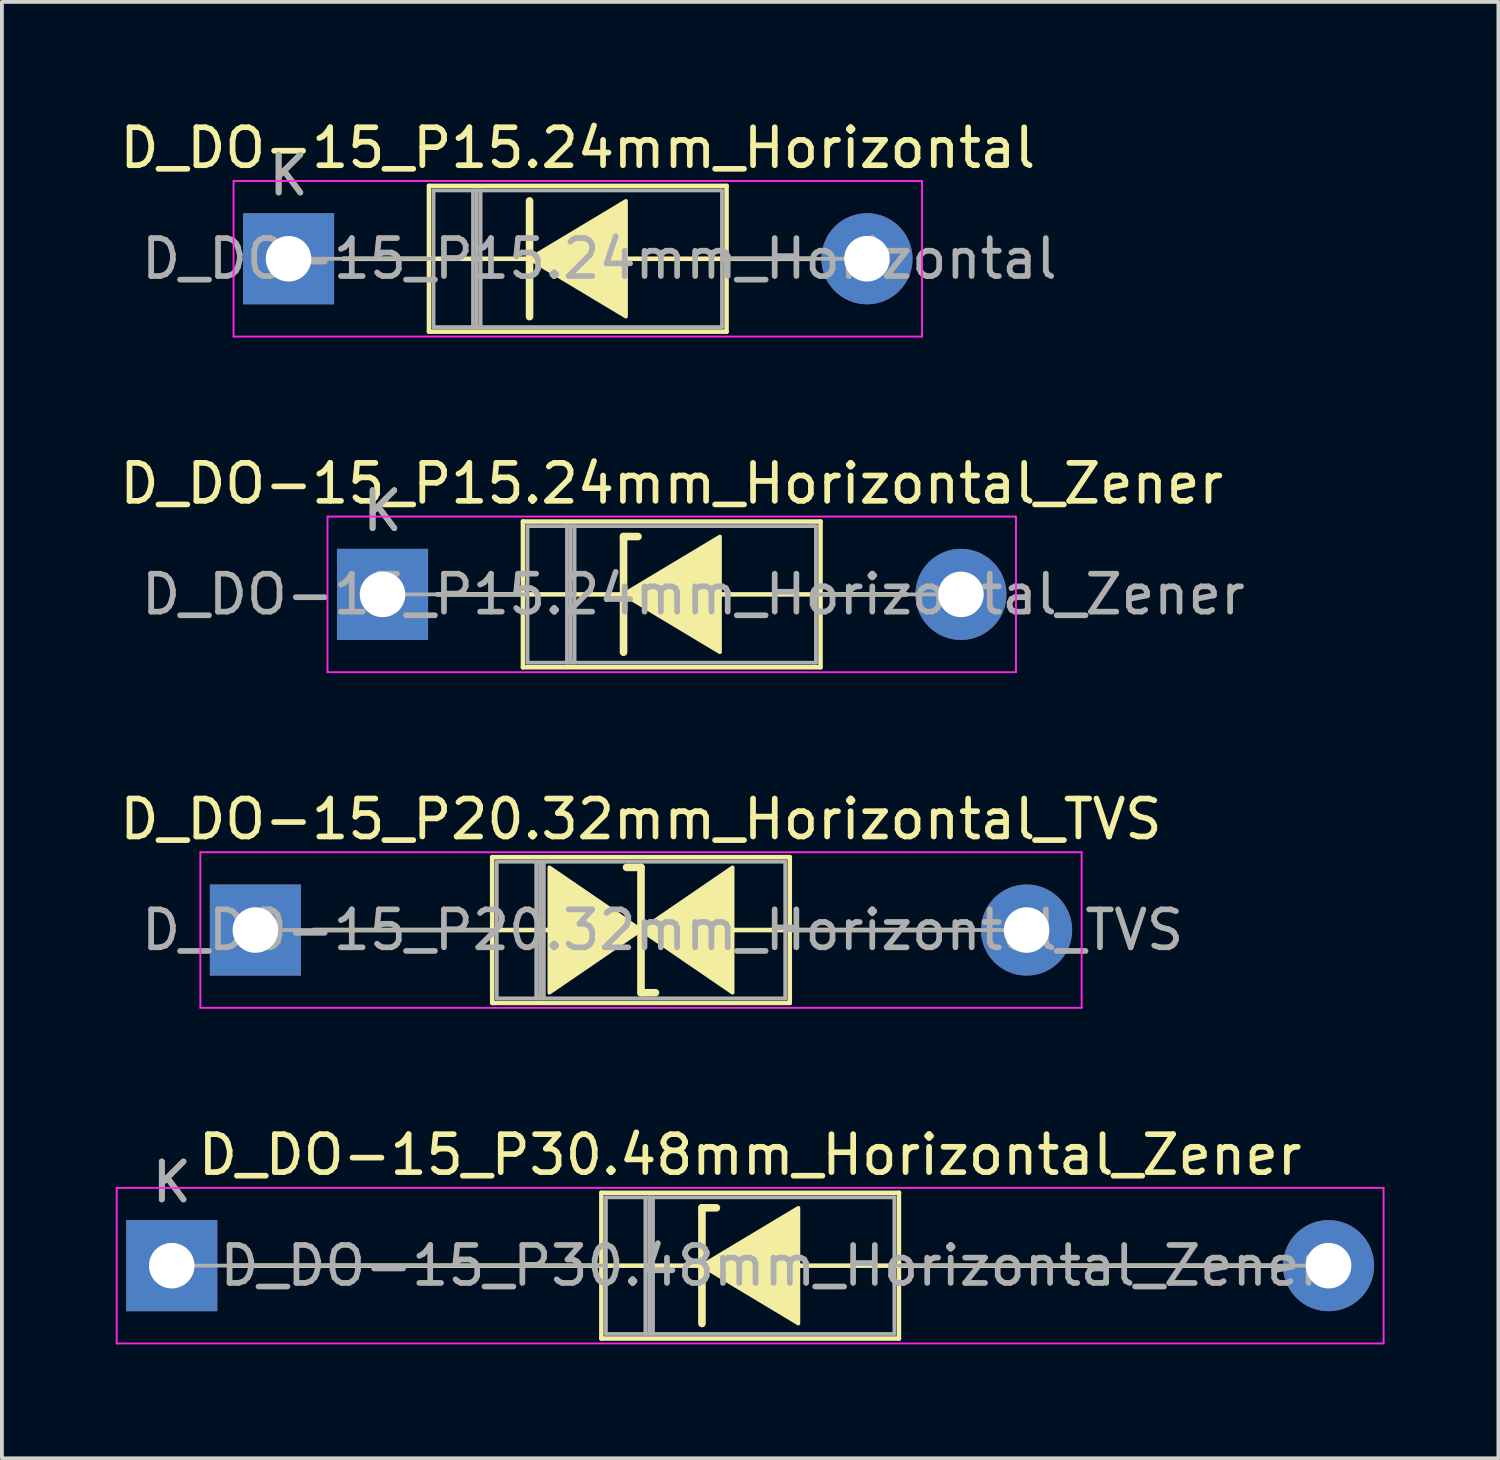
<source format=kicad_pcb>
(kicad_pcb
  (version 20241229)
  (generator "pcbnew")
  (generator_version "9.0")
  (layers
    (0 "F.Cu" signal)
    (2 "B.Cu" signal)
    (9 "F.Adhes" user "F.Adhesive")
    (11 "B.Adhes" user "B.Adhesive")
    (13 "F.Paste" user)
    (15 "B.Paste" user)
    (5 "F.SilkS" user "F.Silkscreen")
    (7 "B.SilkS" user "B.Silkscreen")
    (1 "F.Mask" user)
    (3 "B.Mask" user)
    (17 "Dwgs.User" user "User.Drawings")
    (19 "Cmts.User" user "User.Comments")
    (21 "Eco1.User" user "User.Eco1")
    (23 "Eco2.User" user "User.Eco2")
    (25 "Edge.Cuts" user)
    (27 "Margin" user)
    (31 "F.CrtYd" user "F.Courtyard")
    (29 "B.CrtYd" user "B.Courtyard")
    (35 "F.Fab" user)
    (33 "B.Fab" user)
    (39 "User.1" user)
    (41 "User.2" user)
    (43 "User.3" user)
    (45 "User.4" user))
  (footprint "D_DO-15_P15.24mm_Horizontal_Zener"
    (layer "F.Cu")
    (at 7.029 12.611)
    (property "Reference" "D_DO-15_P15.24mm_Horizontal_Zener" (at 7.62 -2.92 0) (layer "F.SilkS") (effects (font (size 1 1) (thickness 0.15))))
    (attr through_hole)
    (fp_line (start 1.44 0) (end 3.7 0) (stroke (width 0.12) (type solid)) (layer "F.SilkS"))
    (fp_line (start 3.7 -1.92) (end 3.7 1.92) (stroke (width 0.12) (type solid)) (layer "F.SilkS"))
    (fp_line (start 3.7 1.92) (end 11.54 1.92) (stroke (width 0.12) (type solid)) (layer "F.SilkS"))
    (fp_line (start 6.35 -1.524) (end 6.35 1.524) (stroke (width 0.2) (type solid)) (layer "F.SilkS"))
    (fp_line (start 6.35 -1.524) (end 6.731 -1.524) (stroke (width 0.2) (type solid)) (layer "F.SilkS"))
    (fp_line (start 6.35 0) (end 3.683 0) (stroke (width 0.12) (type solid)) (layer "F.SilkS"))
    (fp_line (start 11.54 -1.92) (end 3.7 -1.92) (stroke (width 0.12) (type solid)) (layer "F.SilkS"))
    (fp_line (start 11.54 0) (end 8.89 0) (stroke (width 0.12) (type solid)) (layer "F.SilkS"))
    (fp_line (start 11.54 1.92) (end 11.54 -1.92) (stroke (width 0.12) (type solid)) (layer "F.SilkS"))
    (fp_line (start 13.8 0) (end 11.54 0) (stroke (width 0.12) (type solid)) (layer "F.SilkS"))
    (fp_poly (pts (xy 8.89 1.524) (xy 6.35 0) (xy 8.89 -1.524)) (stroke (width 0.1) (type solid)) (fill yes) (layer "F.SilkS"))
    (fp_line (start -1.45 -2.05) (end -1.45 2.05) (stroke (width 0.05) (type solid)) (layer "F.CrtYd"))
    (fp_line (start -1.45 2.05) (end 16.69 2.05) (stroke (width 0.05) (type solid)) (layer "F.CrtYd"))
    (fp_line (start 16.69 -2.05) (end -1.45 -2.05) (stroke (width 0.05) (type solid)) (layer "F.CrtYd"))
    (fp_line (start 16.69 2.05) (end 16.69 -2.05) (stroke (width 0.05) (type solid)) (layer "F.CrtYd"))
    (fp_line (start 0 0) (end 3.82 0) (stroke (width 0.1) (type solid)) (layer "F.Fab"))
    (fp_line (start 3.82 -1.8) (end 3.82 1.8) (stroke (width 0.1) (type solid)) (layer "F.Fab"))
    (fp_line (start 3.82 1.8) (end 11.42 1.8) (stroke (width 0.1) (type solid)) (layer "F.Fab"))
    (fp_line (start 4.86 -1.8) (end 4.86 1.8) (stroke (width 0.1) (type solid)) (layer "F.Fab"))
    (fp_line (start 4.96 -1.8) (end 4.96 1.8) (stroke (width 0.1) (type solid)) (layer "F.Fab"))
    (fp_line (start 5.06 -1.8) (end 5.06 1.8) (stroke (width 0.1) (type solid)) (layer "F.Fab"))
    (fp_line (start 11.42 -1.8) (end 3.82 -1.8) (stroke (width 0.1) (type solid)) (layer "F.Fab"))
    (fp_line (start 11.42 1.8) (end 11.42 -1.8) (stroke (width 0.1) (type solid)) (layer "F.Fab"))
    (fp_line (start 15.24 0) (end 11.42 0) (stroke (width 0.1) (type solid)) (layer "F.Fab"))
    (fp_text user "K" (at 0 -2.2 0) (layer "F.SilkS") (effects (font (size 1 1) (thickness 0.15))))
    (fp_text user "K" (at 0 -2.2 0) (layer "F.Fab") (effects (font (size 1 1) (thickness 0.15))))
    (fp_text user "${REFERENCE}" (at 8.19 0 0) (layer "F.Fab") (effects (font (size 1 1) (thickness 0.15))))
    (pad "1" thru_hole rect (at 0 0) (size 2.4 2.4) (drill 1.2) (layers "*.Cu" "*.Mask"))
    (pad "2" thru_hole oval (at 15.24 0) (size 2.4 2.4) (drill 1.2) (layers "*.Cu" "*.Mask")))
  (footprint "D_DO-15_P20.32mm_Horizontal_TVS"
    (layer "F.Cu")
    (at 3.679 21.455)
    (property "Reference" "D_DO-15_P20.32mm_Horizontal_TVS" (at 10.16 -2.92 0) (layer "F.SilkS") (effects (font (size 1 1) (thickness 0.15))))
    (attr through_hole)
    (fp_line (start 1.524 0) (end 6.24 0) (stroke (width 0.12) (type solid)) (layer "F.SilkS"))
    (fp_line (start 6.24 -1.92) (end 6.24 1.92) (stroke (width 0.12) (type solid)) (layer "F.SilkS"))
    (fp_line (start 6.24 0) (end 7.747 0) (stroke (width 0.12) (type solid)) (layer "F.SilkS"))
    (fp_line (start 6.24 1.92) (end 14.08 1.92) (stroke (width 0.12) (type solid)) (layer "F.SilkS"))
    (fp_line (start 10.16 -1.651) (end 9.779 -1.651) (stroke (width 0.2) (type solid)) (layer "F.SilkS"))
    (fp_line (start 10.16 1.651) (end 10.16 -1.651) (stroke (width 0.2) (type solid)) (layer "F.SilkS"))
    (fp_line (start 10.541 1.651) (end 10.16 1.651) (stroke (width 0.2) (type solid)) (layer "F.SilkS"))
    (fp_line (start 14.08 -1.92) (end 6.24 -1.92) (stroke (width 0.12) (type solid)) (layer "F.SilkS"))
    (fp_line (start 14.08 1.92) (end 14.08 -1.92) (stroke (width 0.12) (type solid)) (layer "F.SilkS"))
    (fp_line (start 14.097 0) (end 12.573 0) (stroke (width 0.12) (type solid)) (layer "F.SilkS"))
    (fp_line (start 18.796 0) (end 14.08 0) (stroke (width 0.12) (type solid)) (layer "F.SilkS"))
    (fp_poly (pts (xy 10.16 0) (xy 7.747 1.651) (xy 7.747 -1.651)) (stroke (width 0.1) (type solid)) (fill yes) (layer "F.SilkS"))
    (fp_poly (pts (xy 10.16 0) (xy 12.573 -1.651) (xy 12.573 1.651)) (stroke (width 0.1) (type solid)) (fill yes) (layer "F.SilkS"))
    (fp_line (start -1.45 -2.05) (end -1.45 2.05) (stroke (width 0.05) (type solid)) (layer "F.CrtYd"))
    (fp_line (start -1.45 2.05) (end 21.77 2.05) (stroke (width 0.05) (type solid)) (layer "F.CrtYd"))
    (fp_line (start 21.77 -2.05) (end -1.45 -2.05) (stroke (width 0.05) (type solid)) (layer "F.CrtYd"))
    (fp_line (start 21.77 2.05) (end 21.77 -2.05) (stroke (width 0.05) (type solid)) (layer "F.CrtYd"))
    (fp_line (start 0 0) (end 6.36 0) (stroke (width 0.1) (type solid)) (layer "F.Fab"))
    (fp_line (start 6.36 -1.8) (end 6.36 1.8) (stroke (width 0.1) (type solid)) (layer "F.Fab"))
    (fp_line (start 6.36 1.8) (end 13.96 1.8) (stroke (width 0.1) (type solid)) (layer "F.Fab"))
    (fp_line (start 7.4 -1.8) (end 7.4 1.8) (stroke (width 0.1) (type solid)) (layer "F.Fab"))
    (fp_line (start 7.5 -1.8) (end 7.5 1.8) (stroke (width 0.1) (type solid)) (layer "F.Fab"))
    (fp_line (start 7.6 -1.8) (end 7.6 1.8) (stroke (width 0.1) (type solid)) (layer "F.Fab"))
    (fp_line (start 13.96 -1.8) (end 6.36 -1.8) (stroke (width 0.1) (type solid)) (layer "F.Fab"))
    (fp_line (start 13.96 1.8) (end 13.96 -1.8) (stroke (width 0.1) (type solid)) (layer "F.Fab"))
    (fp_line (start 20.32 0) (end 13.96 0) (stroke (width 0.1) (type solid)) (layer "F.Fab"))
    (fp_text user "${REFERENCE}" (at 10.73 0 0) (layer "F.Fab") (effects (font (size 1 1) (thickness 0.15))))
    (pad "1" thru_hole rect (at 0 0) (size 2.4 2.4) (drill 1.2) (layers "*.Cu" "*.Mask"))
    (pad "2" thru_hole oval (at 20.32 0) (size 2.4 2.4) (drill 1.2) (layers "*.Cu" "*.Mask")))
  (footprint "D_DO-15_P30.48mm_Horizontal_Zener"
    (layer "F.Cu")
    (at 1.475 30.298)
    (property "Reference" "D_DO-15_P30.48mm_Horizontal_Zener" (at 15.24 -2.92 0) (layer "F.SilkS") (effects (font (size 1 1) (thickness 0.15))))
    (attr through_hole)
    (fp_line (start 1.524 0) (end 11.32 0) (stroke (width 0.12) (type solid)) (layer "F.SilkS"))
    (fp_line (start 11.32 -1.92) (end 11.32 1.92) (stroke (width 0.12) (type solid)) (layer "F.SilkS"))
    (fp_line (start 11.32 1.92) (end 19.16 1.92) (stroke (width 0.12) (type solid)) (layer "F.SilkS"))
    (fp_line (start 13.97 -1.524) (end 13.97 1.524) (stroke (width 0.2) (type solid)) (layer "F.SilkS"))
    (fp_line (start 13.97 -1.524) (end 14.351 -1.524) (stroke (width 0.2) (type solid)) (layer "F.SilkS"))
    (fp_line (start 13.97 0) (end 11.32 0) (stroke (width 0.12) (type solid)) (layer "F.SilkS"))
    (fp_line (start 19.16 -1.92) (end 11.32 -1.92) (stroke (width 0.12) (type solid)) (layer "F.SilkS"))
    (fp_line (start 19.16 0) (end 16.51 0) (stroke (width 0.12) (type solid)) (layer "F.SilkS"))
    (fp_line (start 19.16 1.92) (end 19.16 -1.92) (stroke (width 0.12) (type solid)) (layer "F.SilkS"))
    (fp_line (start 28.956 0) (end 19.16 0) (stroke (width 0.12) (type solid)) (layer "F.SilkS"))
    (fp_poly (pts (xy 16.51 1.524) (xy 13.97 0) (xy 16.51 -1.524)) (stroke (width 0.1) (type solid)) (fill yes) (layer "F.SilkS"))
    (fp_line (start -1.45 -2.05) (end -1.45 2.05) (stroke (width 0.05) (type solid)) (layer "F.CrtYd"))
    (fp_line (start -1.45 2.05) (end 31.93 2.05) (stroke (width 0.05) (type solid)) (layer "F.CrtYd"))
    (fp_line (start 31.93 -2.05) (end -1.45 -2.05) (stroke (width 0.05) (type solid)) (layer "F.CrtYd"))
    (fp_line (start 31.93 2.05) (end 31.93 -2.05) (stroke (width 0.05) (type solid)) (layer "F.CrtYd"))
    (fp_line (start 0 0) (end 11.44 0) (stroke (width 0.1) (type solid)) (layer "F.Fab"))
    (fp_line (start 11.44 -1.8) (end 11.44 1.8) (stroke (width 0.1) (type solid)) (layer "F.Fab"))
    (fp_line (start 11.44 1.8) (end 19.04 1.8) (stroke (width 0.1) (type solid)) (layer "F.Fab"))
    (fp_line (start 12.48 -1.8) (end 12.48 1.8) (stroke (width 0.1) (type solid)) (layer "F.Fab"))
    (fp_line (start 12.58 -1.8) (end 12.58 1.8) (stroke (width 0.1) (type solid)) (layer "F.Fab"))
    (fp_line (start 12.68 -1.8) (end 12.68 1.8) (stroke (width 0.1) (type solid)) (layer "F.Fab"))
    (fp_line (start 19.04 -1.8) (end 11.44 -1.8) (stroke (width 0.1) (type solid)) (layer "F.Fab"))
    (fp_line (start 19.04 1.8) (end 19.04 -1.8) (stroke (width 0.1) (type solid)) (layer "F.Fab"))
    (fp_line (start 30.48 0) (end 19.04 0) (stroke (width 0.1) (type solid)) (layer "F.Fab"))
    (fp_text user "K" (at 0 -2.2 0) (layer "F.SilkS") (effects (font (size 1 1) (thickness 0.15))))
    (fp_text user "K" (at 0 -2.2 0) (layer "F.Fab") (effects (font (size 1 1) (thickness 0.15))))
    (fp_text user "${REFERENCE}" (at 15.81 0 0) (layer "F.Fab") (effects (font (size 1 1) (thickness 0.15))))
    (pad "1" thru_hole rect (at 0 0) (size 2.4 2.4) (drill 1.2) (layers "*.Cu" "*.Mask"))
    (pad "2" thru_hole oval (at 30.48 0) (size 2.4 2.4) (drill 1.2) (layers "*.Cu" "*.Mask")))
  (footprint "D_DO-15_P15.24mm_Horizontal"
    (layer "F.Cu")
    (at 4.553 3.768)
    (property "Reference" "D_DO-15_P15.24mm_Horizontal" (at 7.62 -2.92 0) (layer "F.SilkS") (effects (font (size 1 1) (thickness 0.15))))
    (attr through_hole)
    (fp_line (start 1.44 0) (end 3.7 0) (stroke (width 0.12) (type solid)) (layer "F.SilkS"))
    (fp_line (start 3.7 -1.92) (end 3.7 1.92) (stroke (width 0.12) (type solid)) (layer "F.SilkS"))
    (fp_line (start 3.7 1.92) (end 11.54 1.92) (stroke (width 0.12) (type solid)) (layer "F.SilkS"))
    (fp_line (start 6.35 -1.524) (end 6.35 1.524) (stroke (width 0.2) (type solid)) (layer "F.SilkS"))
    (fp_line (start 6.35 0) (end 3.683 0) (stroke (width 0.12) (type solid)) (layer "F.SilkS"))
    (fp_line (start 11.54 -1.92) (end 3.7 -1.92) (stroke (width 0.12) (type solid)) (layer "F.SilkS"))
    (fp_line (start 11.54 0) (end 8.89 0) (stroke (width 0.12) (type solid)) (layer "F.SilkS"))
    (fp_line (start 11.54 1.92) (end 11.54 -1.92) (stroke (width 0.12) (type solid)) (layer "F.SilkS"))
    (fp_line (start 13.8 0) (end 11.54 0) (stroke (width 0.12) (type solid)) (layer "F.SilkS"))
    (fp_poly (pts (xy 8.89 1.524) (xy 6.35 0) (xy 8.89 -1.524)) (stroke (width 0.1) (type solid)) (fill yes) (layer "F.SilkS"))
    (fp_line (start -1.45 -2.05) (end -1.45 2.05) (stroke (width 0.05) (type solid)) (layer "F.CrtYd"))
    (fp_line (start -1.45 2.05) (end 16.69 2.05) (stroke (width 0.05) (type solid)) (layer "F.CrtYd"))
    (fp_line (start 16.69 -2.05) (end -1.45 -2.05) (stroke (width 0.05) (type solid)) (layer "F.CrtYd"))
    (fp_line (start 16.69 2.05) (end 16.69 -2.05) (stroke (width 0.05) (type solid)) (layer "F.CrtYd"))
    (fp_line (start 0 0) (end 3.82 0) (stroke (width 0.1) (type solid)) (layer "F.Fab"))
    (fp_line (start 3.82 -1.8) (end 3.82 1.8) (stroke (width 0.1) (type solid)) (layer "F.Fab"))
    (fp_line (start 3.82 1.8) (end 11.42 1.8) (stroke (width 0.1) (type solid)) (layer "F.Fab"))
    (fp_line (start 4.86 -1.8) (end 4.86 1.8) (stroke (width 0.1) (type solid)) (layer "F.Fab"))
    (fp_line (start 4.96 -1.8) (end 4.96 1.8) (stroke (width 0.1) (type solid)) (layer "F.Fab"))
    (fp_line (start 5.06 -1.8) (end 5.06 1.8) (stroke (width 0.1) (type solid)) (layer "F.Fab"))
    (fp_line (start 11.42 -1.8) (end 3.82 -1.8) (stroke (width 0.1) (type solid)) (layer "F.Fab"))
    (fp_line (start 11.42 1.8) (end 11.42 -1.8) (stroke (width 0.1) (type solid)) (layer "F.Fab"))
    (fp_line (start 15.24 0) (end 11.42 0) (stroke (width 0.1) (type solid)) (layer "F.Fab"))
    (fp_text user "K" (at 0 -2.2 0) (layer "F.SilkS") (effects (font (size 1 1) (thickness 0.15))))
    (fp_text user "K" (at 0 -2.2 0) (layer "F.Fab") (effects (font (size 1 1) (thickness 0.15))))
    (fp_text user "${REFERENCE}" (at 8.19 0 0) (layer "F.Fab") (effects (font (size 1 1) (thickness 0.15))))
    (pad "1" thru_hole rect (at 0 0) (size 2.4 2.4) (drill 1.2) (layers "*.Cu" "*.Mask"))
    (pad "2" thru_hole oval (at 15.24 0) (size 2.4 2.4) (drill 1.2) (layers "*.Cu" "*.Mask")))
  (gr_rect
    (start -3 -3)
    (end 36.43 35.373)
    (stroke (width 0.1) (type default))
    (fill no)
    (layer "Edge.Cuts")))
</source>
